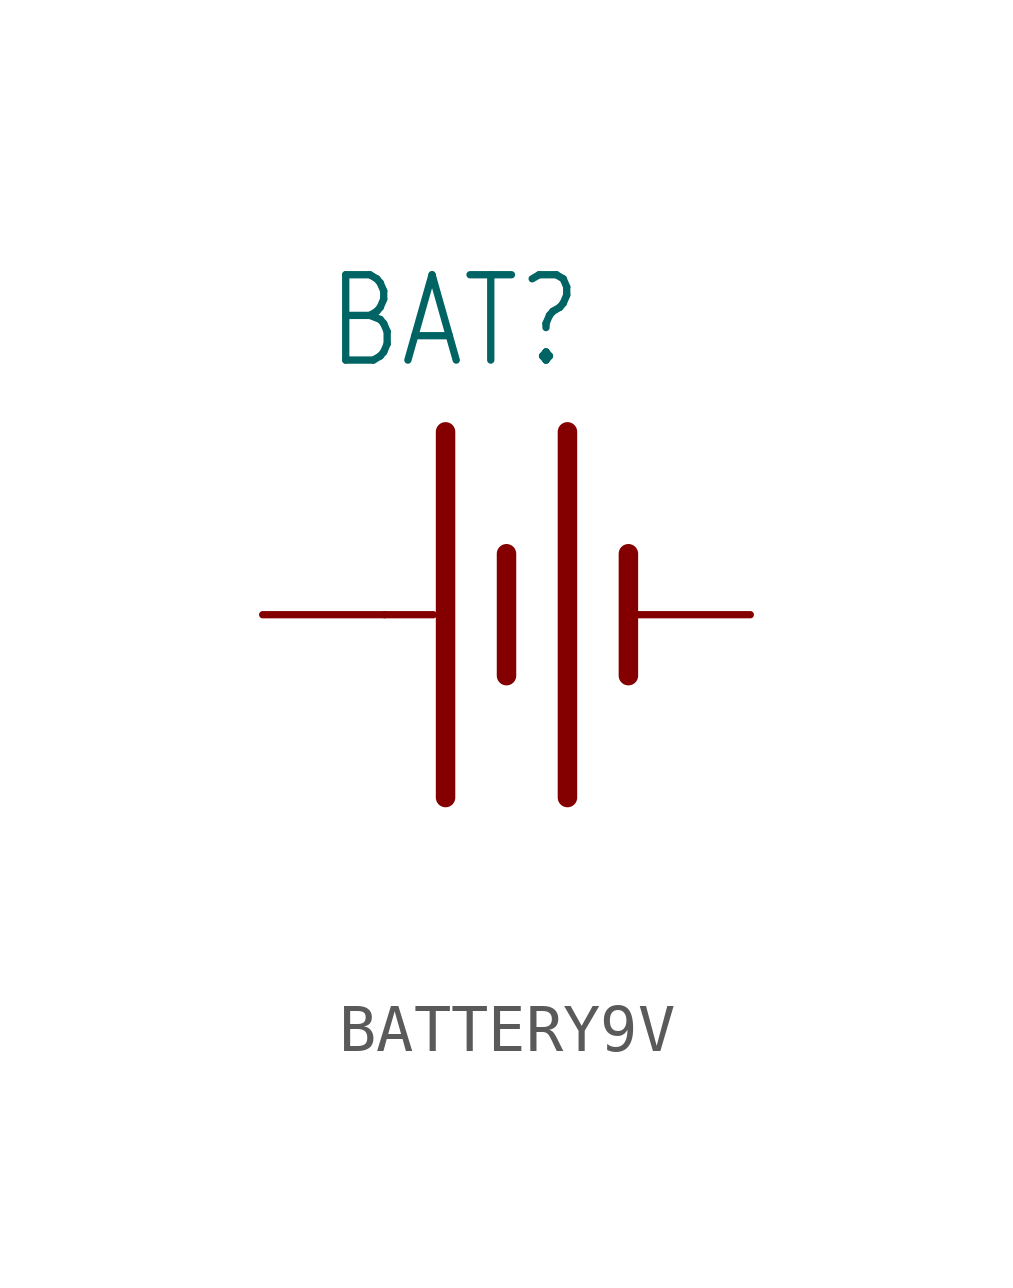
<source format=kicad_sym>
(kicad_symbol_lib
  (version 20220914)
  (generator kicad_symbol_editor)
  (symbol "BATTERY9V"
    (property "Reference" "BAT"
      (at -3.81 5.08 0)
      (effects (font (size 1.778 1.511)) (justify left bottom)))
    (property "Value" ""
      (at -3.81 -6.35 0)
      (effects (font (size 1.778 1.511)) (justify left bottom)))
    (property "ki_locked" ""
      (at 0 0 0)
      (effects (font (size 1.27 1.27))))
    (symbol "BATTERY9V_1_0"
      (polyline (pts (xy -2.54 0) (xy -1.524 0)) (stroke (width 0.152) (type solid)) (fill (type none)))
      (polyline (pts (xy -1.27 3.81) (xy -1.27 -3.81)) (stroke (width 0.406) (type solid)) (fill (type none)))
      (polyline (pts (xy 0 1.27) (xy 0 -1.27)) (stroke (width 0.406) (type solid)) (fill (type none)))
      (polyline (pts (xy 1.27 3.81) (xy 1.27 -3.81)) (stroke (width 0.406) (type solid)) (fill (type none)))
      (polyline (pts (xy 2.54 1.27) (xy 2.54 -1.27)) (stroke (width 0.406) (type solid)) (fill (type none)))
      (pin power_in line (at -5.08 0 0) (length 2.54) (name "+" (effects (font (size 0 0)))) (number "+" (effects (font (size 0 0)))))
      (pin power_in line (at 5.08 0 180) (length 2.54) (name "-" (effects (font (size 0 0)))) (number "-" (effects (font (size 0 0))))))))
</source>
